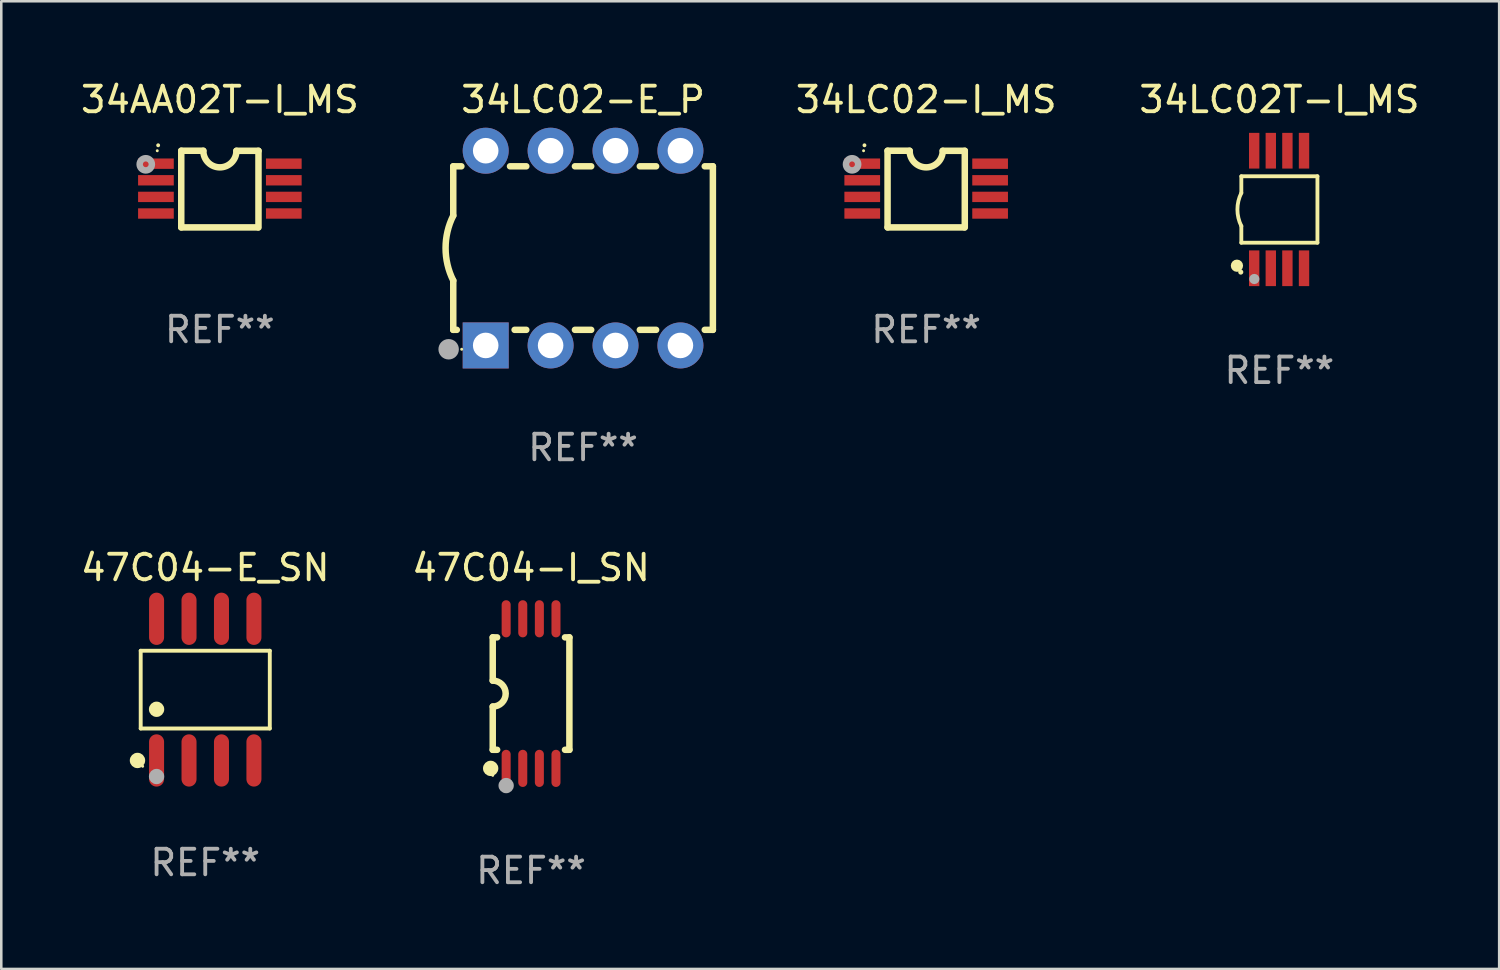
<source format=kicad_pcb>
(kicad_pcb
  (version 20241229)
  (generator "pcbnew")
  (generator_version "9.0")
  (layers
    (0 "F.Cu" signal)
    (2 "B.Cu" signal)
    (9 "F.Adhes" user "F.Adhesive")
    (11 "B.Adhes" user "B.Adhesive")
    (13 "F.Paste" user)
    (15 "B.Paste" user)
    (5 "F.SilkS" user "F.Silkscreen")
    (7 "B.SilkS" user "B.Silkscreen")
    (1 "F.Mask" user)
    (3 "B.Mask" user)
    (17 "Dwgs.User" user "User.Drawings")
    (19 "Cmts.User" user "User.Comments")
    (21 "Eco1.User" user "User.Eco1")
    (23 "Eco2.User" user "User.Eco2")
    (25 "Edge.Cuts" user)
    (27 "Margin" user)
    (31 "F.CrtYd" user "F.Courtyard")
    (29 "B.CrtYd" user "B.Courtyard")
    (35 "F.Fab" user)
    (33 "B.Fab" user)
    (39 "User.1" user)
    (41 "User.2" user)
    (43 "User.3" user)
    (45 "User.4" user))
  (footprint "34AA02T-I_MS"
    (layer "F.Cu")
    (at 5.554 4.35)
    (property "Reference" "34AA02T-I_MS" (at 0 -3.501 0) (layer "F.SilkS") (effects (font (size 1 1) (thickness 0.15))))
    (attr through_hole)
    (fp_line (start -1.511 -1.501) (end -1.511 1.499) (stroke (width 0.254) (type solid)) (layer "F.SilkS"))
    (fp_line (start -1.511 -1.501) (end -0.648 -1.501) (stroke (width 0.254) (type solid)) (layer "F.SilkS"))
    (fp_line (start -1.511 1.499) (end 1.489 1.499) (stroke (width 0.254) (type solid)) (layer "F.SilkS"))
    (fp_line (start 0.648 -1.499) (end 1.511 -1.499) (stroke (width 0.254) (type solid)) (layer "F.SilkS"))
    (fp_line (start 1.511 -1.499) (end 1.511 1.501) (stroke (width 0.254) (type solid)) (layer "F.SilkS"))
    (fp_arc (start -2.41491 -1.713233) (mid -2.414916 -1.714503) (end -2.41491 -1.715773) (stroke (width 0.150013) (type solid)) (layer "F.SilkS"))
    (fp_arc (start 0.647803 -1.498603) (mid 0.000102 -0.850902) (end -0.647599 -1.498603) (stroke (width 0.254001) (type solid)) (layer "F.SilkS"))
    (fp_circle (center -2.45 -1.501) (end -2.42 -1.501) (stroke (width 0.06) (type solid)) (fill no) (layer "F.SilkS"))
    (fp_circle (center -2.9 -0.97) (end -2.788 -0.97) (stroke (width 0.254) (type solid)) (fill no) (layer "F.Fab"))
    (fp_text user "REF**" (at 0 5.501 0) (layer "F.Fab") (effects (font (size 1 1) (thickness 0.15))))
    (pad "1" smd rect (at -2.502 -0.995) (size 1.397 0.406) (layers "F.Cu" "F.Mask" "F.Paste"))
    (pad "2" smd rect (at -2.502 -0.345) (size 1.397 0.406) (layers "F.Cu" "F.Mask" "F.Paste"))
    (pad "3" smd rect (at -2.502 0.305) (size 1.397 0.406) (layers "F.Cu" "F.Mask" "F.Paste"))
    (pad "4" smd rect (at -2.502 0.955) (size 1.397 0.406) (layers "F.Cu" "F.Mask" "F.Paste"))
    (pad "5" smd rect (at 2.502 0.955) (size 1.397 0.406) (layers "F.Cu" "F.Mask" "F.Paste"))
    (pad "6" smd rect (at 2.502 0.305) (size 1.397 0.406) (layers "F.Cu" "F.Mask" "F.Paste"))
    (pad "7" smd rect (at 2.502 -0.345) (size 1.397 0.406) (layers "F.Cu" "F.Mask" "F.Paste"))
    (pad "8" smd rect (at 2.502 -0.995) (size 1.397 0.406) (layers "F.Cu" "F.Mask" "F.Paste")))
  (footprint "34LC02-E_P"
    (layer "F.Cu")
    (at 19.767 6.658)
    (property "Reference" "34LC02-E_P" (at 0 -5.81 0) (layer "F.SilkS") (effects (font (size 1 1) (thickness 0.15))))
    (attr through_hole)
    (fp_line (start -5.08 -3.2) (end -4.762 -3.2) (stroke (width 0.254) (type solid)) (layer "F.SilkS"))
    (fp_line (start -5.08 -1.27) (end -5.08 -3.2) (stroke (width 0.254) (type solid)) (layer "F.SilkS"))
    (fp_line (start -5.08 3.2) (end -5.08 1.27) (stroke (width 0.254) (type solid)) (layer "F.SilkS"))
    (fp_line (start -5.08 3.2) (end -4.941 3.2) (stroke (width 0.254) (type solid)) (layer "F.SilkS"))
    (fp_line (start -2.858 -3.2) (end -2.222 -3.2) (stroke (width 0.254) (type solid)) (layer "F.SilkS"))
    (fp_line (start -2.679 3.2) (end -2.222 3.2) (stroke (width 0.254) (type solid)) (layer "F.SilkS"))
    (fp_line (start -0.318 -3.2) (end 0.318 -3.2) (stroke (width 0.254) (type solid)) (layer "F.SilkS"))
    (fp_line (start -0.318 3.2) (end 0.318 3.2) (stroke (width 0.254) (type solid)) (layer "F.SilkS"))
    (fp_line (start 2.222 -3.2) (end 2.858 -3.2) (stroke (width 0.254) (type solid)) (layer "F.SilkS"))
    (fp_line (start 2.222 3.2) (end 2.858 3.2) (stroke (width 0.254) (type solid)) (layer "F.SilkS"))
    (fp_line (start 4.762 -3.2) (end 5.08 -3.2) (stroke (width 0.254) (type solid)) (layer "F.SilkS"))
    (fp_line (start 4.762 3.2) (end 5.08 3.2) (stroke (width 0.254) (type solid)) (layer "F.SilkS"))
    (fp_line (start 5.08 3.2) (end 5.08 -3.2) (stroke (width 0.254) (type solid)) (layer "F.SilkS"))
    (fp_arc (start -5.080011 1.270002) (mid -5.379818 -0.000001) (end -5.08001 -1.270003) (stroke (width 0.254001) (type solid)) (layer "F.SilkS"))
    (fp_circle (center -4.75 3.96) (end -4.72 3.96) (stroke (width 0.06) (type solid)) (fill no) (layer "F.SilkS"))
    (fp_circle (center -5.26 3.96) (end -5.06 3.96) (stroke (width 0.4) (type solid)) (fill no) (layer "F.Fab"))
    (fp_text user "REF**" (at 0 7.81 0) (layer "F.Fab") (effects (font (size 1 1) (thickness 0.15))))
    (pad "1" thru_hole rect (at -3.81 3.81) (size 1.8 1.8) (drill 1) (layers "*.Cu" "*.Mask"))
    (pad "2" thru_hole circle (at -1.27 3.81) (size 1.8 1.8) (drill 1) (layers "*.Cu" "*.Mask"))
    (pad "3" thru_hole circle (at 1.27 3.81) (size 1.8 1.8) (drill 1) (layers "*.Cu" "*.Mask"))
    (pad "4" thru_hole circle (at 3.81 3.81) (size 1.8 1.8) (drill 1) (layers "*.Cu" "*.Mask"))
    (pad "5" thru_hole circle (at 3.81 -3.81) (size 1.8 1.8) (drill 1) (layers "*.Cu" "*.Mask"))
    (pad "6" thru_hole circle (at 1.27 -3.81) (size 1.8 1.8) (drill 1) (layers "*.Cu" "*.Mask"))
    (pad "7" thru_hole circle (at -1.27 -3.81) (size 1.8 1.8) (drill 1) (layers "*.Cu" "*.Mask"))
    (pad "8" thru_hole circle (at -3.81 -3.81) (size 1.8 1.8) (drill 1) (layers "*.Cu" "*.Mask")))
  (footprint "47C04-E_SN"
    (layer "F.Cu")
    (at 4.982 23.937)
    (property "Reference" "47C04-E_SN" (at 0 -4.772 0) (layer "F.SilkS") (effects (font (size 1 1) (thickness 0.15))))
    (attr through_hole)
    (fp_line (start -2.526 -1.521) (end 2.526 -1.521) (stroke (width 0.152) (type solid)) (layer "F.SilkS"))
    (fp_line (start -2.526 1.521) (end -2.526 -1.521) (stroke (width 0.152) (type solid)) (layer "F.SilkS"))
    (fp_line (start 2.526 -1.521) (end 2.526 1.521) (stroke (width 0.152) (type solid)) (layer "F.SilkS"))
    (fp_line (start 2.526 1.521) (end -2.526 1.521) (stroke (width 0.152) (type solid)) (layer "F.SilkS"))
    (fp_circle (center -2.652 2.772) (end -2.501 2.772) (stroke (width 0.3) (type solid)) (fill no) (layer "F.SilkS"))
    (fp_circle (center -2.45 3) (end -2.42 3) (stroke (width 0.06) (type solid)) (fill no) (layer "F.SilkS"))
    (fp_circle (center -1.905 0.769) (end -1.755 0.769) (stroke (width 0.3) (type solid)) (fill no) (layer "F.SilkS"))
    (fp_circle (center -1.905 3.4) (end -1.755 3.4) (stroke (width 0.3) (type solid)) (fill no) (layer "F.Fab"))
    (fp_text user "REF**" (at 0 6.772 0) (layer "F.Fab") (effects (font (size 1 1) (thickness 0.15))))
    (pad "1" smd oval (at -1.905 2.772) (size 0.588 2.045) (layers "F.Cu" "F.Mask" "F.Paste"))
    (pad "2" smd oval (at -0.635 2.772) (size 0.588 2.045) (layers "F.Cu" "F.Mask" "F.Paste"))
    (pad "3" smd oval (at 0.635 2.772) (size 0.588 2.045) (layers "F.Cu" "F.Mask" "F.Paste"))
    (pad "4" smd oval (at 1.905 2.772) (size 0.588 2.045) (layers "F.Cu" "F.Mask" "F.Paste"))
    (pad "5" smd oval (at 1.905 -2.772) (size 0.588 2.045) (layers "F.Cu" "F.Mask" "F.Paste"))
    (pad "6" smd oval (at 0.635 -2.772) (size 0.588 2.045) (layers "F.Cu" "F.Mask" "F.Paste"))
    (pad "7" smd oval (at -0.635 -2.772) (size 0.588 2.045) (layers "F.Cu" "F.Mask" "F.Paste"))
    (pad "8" smd oval (at -1.905 -2.772) (size 0.588 2.045) (layers "F.Cu" "F.Mask" "F.Paste")))
  (footprint "34LC02T-I_MS"
    (layer "F.Cu")
    (at 47.016 5.148)
    (property "Reference" "34LC02T-I_MS" (at 0 -4.3 0) (layer "F.SilkS") (effects (font (size 1 1) (thickness 0.15))))
    (attr through_hole)
    (fp_line (start -1.489 -1.3) (end -1.489 -0.648) (stroke (width 0.15) (type solid)) (layer "F.SilkS"))
    (fp_line (start -1.489 0.648) (end -1.489 1.3) (stroke (width 0.15) (type solid)) (layer "F.SilkS"))
    (fp_line (start -1.489 1.3) (end 1.489 1.3) (stroke (width 0.15) (type solid)) (layer "F.SilkS"))
    (fp_line (start 1.489 -1.3) (end -1.489 -1.3) (stroke (width 0.15) (type solid)) (layer "F.SilkS"))
    (fp_line (start 1.489 1.3) (end 1.489 -1.3) (stroke (width 0.15) (type solid)) (layer "F.SilkS"))
    (fp_arc (start -1.489205 0.647702) (mid -1.642107 0) (end -1.489205 -0.647701) (stroke (width 0.150013) (type solid)) (layer "F.SilkS"))
    (fp_circle (center -1.661 2.2) (end -1.541 2.2) (stroke (width 0.24) (type solid)) (fill no) (layer "F.SilkS"))
    (fp_circle (center -1.511 2.45) (end -1.461 2.45) (stroke (width 0.1) (type solid)) (fill no) (layer "F.SilkS"))
    (fp_circle (center -0.981 2.72) (end -0.881 2.72) (stroke (width 0.2) (type solid)) (fill no) (layer "F.Fab"))
    (fp_text user "REF**" (at 0 6.3 0) (layer "F.Fab") (effects (font (size 1 1) (thickness 0.15))))
    (pad "1" smd rect (at -0.986 2.3) (size 0.406 1.397) (layers "F.Cu" "F.Mask" "F.Paste"))
    (pad "2" smd rect (at -0.336 2.3) (size 0.406 1.397) (layers "F.Cu" "F.Mask" "F.Paste"))
    (pad "3" smd rect (at 0.314 2.3) (size 0.406 1.397) (layers "F.Cu" "F.Mask" "F.Paste"))
    (pad "4" smd rect (at 0.964 2.3) (size 0.406 1.397) (layers "F.Cu" "F.Mask" "F.Paste"))
    (pad "5" smd rect (at 0.964 -2.3) (size 0.406 1.397) (layers "F.Cu" "F.Mask" "F.Paste"))
    (pad "6" smd rect (at 0.314 -2.3) (size 0.406 1.397) (layers "F.Cu" "F.Mask" "F.Paste"))
    (pad "7" smd rect (at -0.336 -2.3) (size 0.406 1.397) (layers "F.Cu" "F.Mask" "F.Paste"))
    (pad "8" smd rect (at -0.986 -2.3) (size 0.406 1.397) (layers "F.Cu" "F.Mask" "F.Paste")))
  (footprint "34LC02-I_MS"
    (layer "F.Cu")
    (at 33.194 4.35)
    (property "Reference" "34LC02-I_MS" (at 0 -3.501 0) (layer "F.SilkS") (effects (font (size 1 1) (thickness 0.15))))
    (attr through_hole)
    (fp_line (start -1.511 -1.501) (end -1.511 1.499) (stroke (width 0.254) (type solid)) (layer "F.SilkS"))
    (fp_line (start -1.511 -1.501) (end -0.648 -1.501) (stroke (width 0.254) (type solid)) (layer "F.SilkS"))
    (fp_line (start -1.511 1.499) (end 1.489 1.499) (stroke (width 0.254) (type solid)) (layer "F.SilkS"))
    (fp_line (start 0.648 -1.499) (end 1.511 -1.499) (stroke (width 0.254) (type solid)) (layer "F.SilkS"))
    (fp_line (start 1.511 -1.499) (end 1.511 1.501) (stroke (width 0.254) (type solid)) (layer "F.SilkS"))
    (fp_arc (start -2.41491 -1.713233) (mid -2.414916 -1.714503) (end -2.41491 -1.715773) (stroke (width 0.150013) (type solid)) (layer "F.SilkS"))
    (fp_arc (start 0.647803 -1.498603) (mid 0.000102 -0.850902) (end -0.647599 -1.498603) (stroke (width 0.254001) (type solid)) (layer "F.SilkS"))
    (fp_circle (center -2.45 -1.501) (end -2.42 -1.501) (stroke (width 0.06) (type solid)) (fill no) (layer "F.SilkS"))
    (fp_circle (center -2.9 -0.97) (end -2.788 -0.97) (stroke (width 0.254) (type solid)) (fill no) (layer "F.Fab"))
    (fp_text user "REF**" (at 0 5.501 0) (layer "F.Fab") (effects (font (size 1 1) (thickness 0.15))))
    (pad "1" smd rect (at -2.502 -0.995) (size 1.397 0.406) (layers "F.Cu" "F.Mask" "F.Paste"))
    (pad "2" smd rect (at -2.502 -0.345) (size 1.397 0.406) (layers "F.Cu" "F.Mask" "F.Paste"))
    (pad "3" smd rect (at -2.502 0.305) (size 1.397 0.406) (layers "F.Cu" "F.Mask" "F.Paste"))
    (pad "4" smd rect (at -2.502 0.955) (size 1.397 0.406) (layers "F.Cu" "F.Mask" "F.Paste"))
    (pad "5" smd rect (at 2.502 0.955) (size 1.397 0.406) (layers "F.Cu" "F.Mask" "F.Paste"))
    (pad "6" smd rect (at 2.502 0.305) (size 1.397 0.406) (layers "F.Cu" "F.Mask" "F.Paste"))
    (pad "7" smd rect (at 2.502 -0.345) (size 1.397 0.406) (layers "F.Cu" "F.Mask" "F.Paste"))
    (pad "8" smd rect (at 2.502 -0.995) (size 1.397 0.406) (layers "F.Cu" "F.Mask" "F.Paste")))
  (footprint "47C04-I_SN"
    (layer "F.Cu")
    (at 17.732 24.092)
    (property "Reference" "47C04-I_SN" (at 0 -4.927 0) (layer "F.SilkS") (effects (font (size 1 1) (thickness 0.15))))
    (attr through_hole)
    (fp_line (start -1.5 -2.2) (end -1.5 -0.508) (stroke (width 0.254) (type solid)) (layer "F.SilkS"))
    (fp_line (start -1.5 -2.2) (end -1.328 -2.2) (stroke (width 0.254) (type solid)) (layer "F.SilkS"))
    (fp_line (start -1.5 2.2) (end -1.5 0.508) (stroke (width 0.254) (type solid)) (layer "F.SilkS"))
    (fp_line (start -1.5 2.2) (end -1.328 2.2) (stroke (width 0.254) (type solid)) (layer "F.SilkS"))
    (fp_line (start 1.328 -2.2) (end 1.5 -2.2) (stroke (width 0.254) (type solid)) (layer "F.SilkS"))
    (fp_line (start 1.328 2.2) (end 1.5 2.2) (stroke (width 0.254) (type solid)) (layer "F.SilkS"))
    (fp_line (start 1.5 -2.2) (end 1.5 2.2) (stroke (width 0.254) (type solid)) (layer "F.SilkS"))
    (fp_arc (start -1.501144 -0.508) (mid -0.993143 -0.000571) (end -1.5 0.508001) (stroke (width 0.254001) (type solid)) (layer "F.SilkS"))
    (fp_circle (center -1.581 2.927) (end -1.431 2.927) (stroke (width 0.3) (type solid)) (fill no) (layer "F.SilkS"))
    (fp_circle (center -1.5 3.2) (end -1.47 3.2) (stroke (width 0.06) (type solid)) (fill no) (layer "F.SilkS"))
    (fp_circle (center -0.975 3.6) (end -0.825 3.6) (stroke (width 0.3) (type solid)) (fill no) (layer "F.Fab"))
    (fp_text user "REF**" (at 0 6.927 0) (layer "F.Fab") (effects (font (size 1 1) (thickness 0.15))))
    (pad "1" smd oval (at -0.975 2.927) (size 0.353 1.454) (layers "F.Cu" "F.Mask" "F.Paste"))
    (pad "2" smd oval (at -0.325 2.927) (size 0.353 1.454) (layers "F.Cu" "F.Mask" "F.Paste"))
    (pad "3" smd oval (at 0.325 2.927) (size 0.353 1.454) (layers "F.Cu" "F.Mask" "F.Paste"))
    (pad "4" smd oval (at 0.975 2.927) (size 0.353 1.454) (layers "F.Cu" "F.Mask" "F.Paste"))
    (pad "5" smd oval (at 0.975 -2.927) (size 0.353 1.454) (layers "F.Cu" "F.Mask" "F.Paste"))
    (pad "6" smd oval (at 0.325 -2.927) (size 0.353 1.454) (layers "F.Cu" "F.Mask" "F.Paste"))
    (pad "7" smd oval (at -0.325 -2.927) (size 0.353 1.454) (layers "F.Cu" "F.Mask" "F.Paste"))
    (pad "8" smd oval (at -0.975 -2.927) (size 0.353 1.454) (layers "F.Cu" "F.Mask" "F.Paste")))
  (gr_rect
    (start -3 -3)
    (end 55.617 34.867)
    (stroke (width 0.1) (type default))
    (fill no)
    (layer "Edge.Cuts")))
</source>
